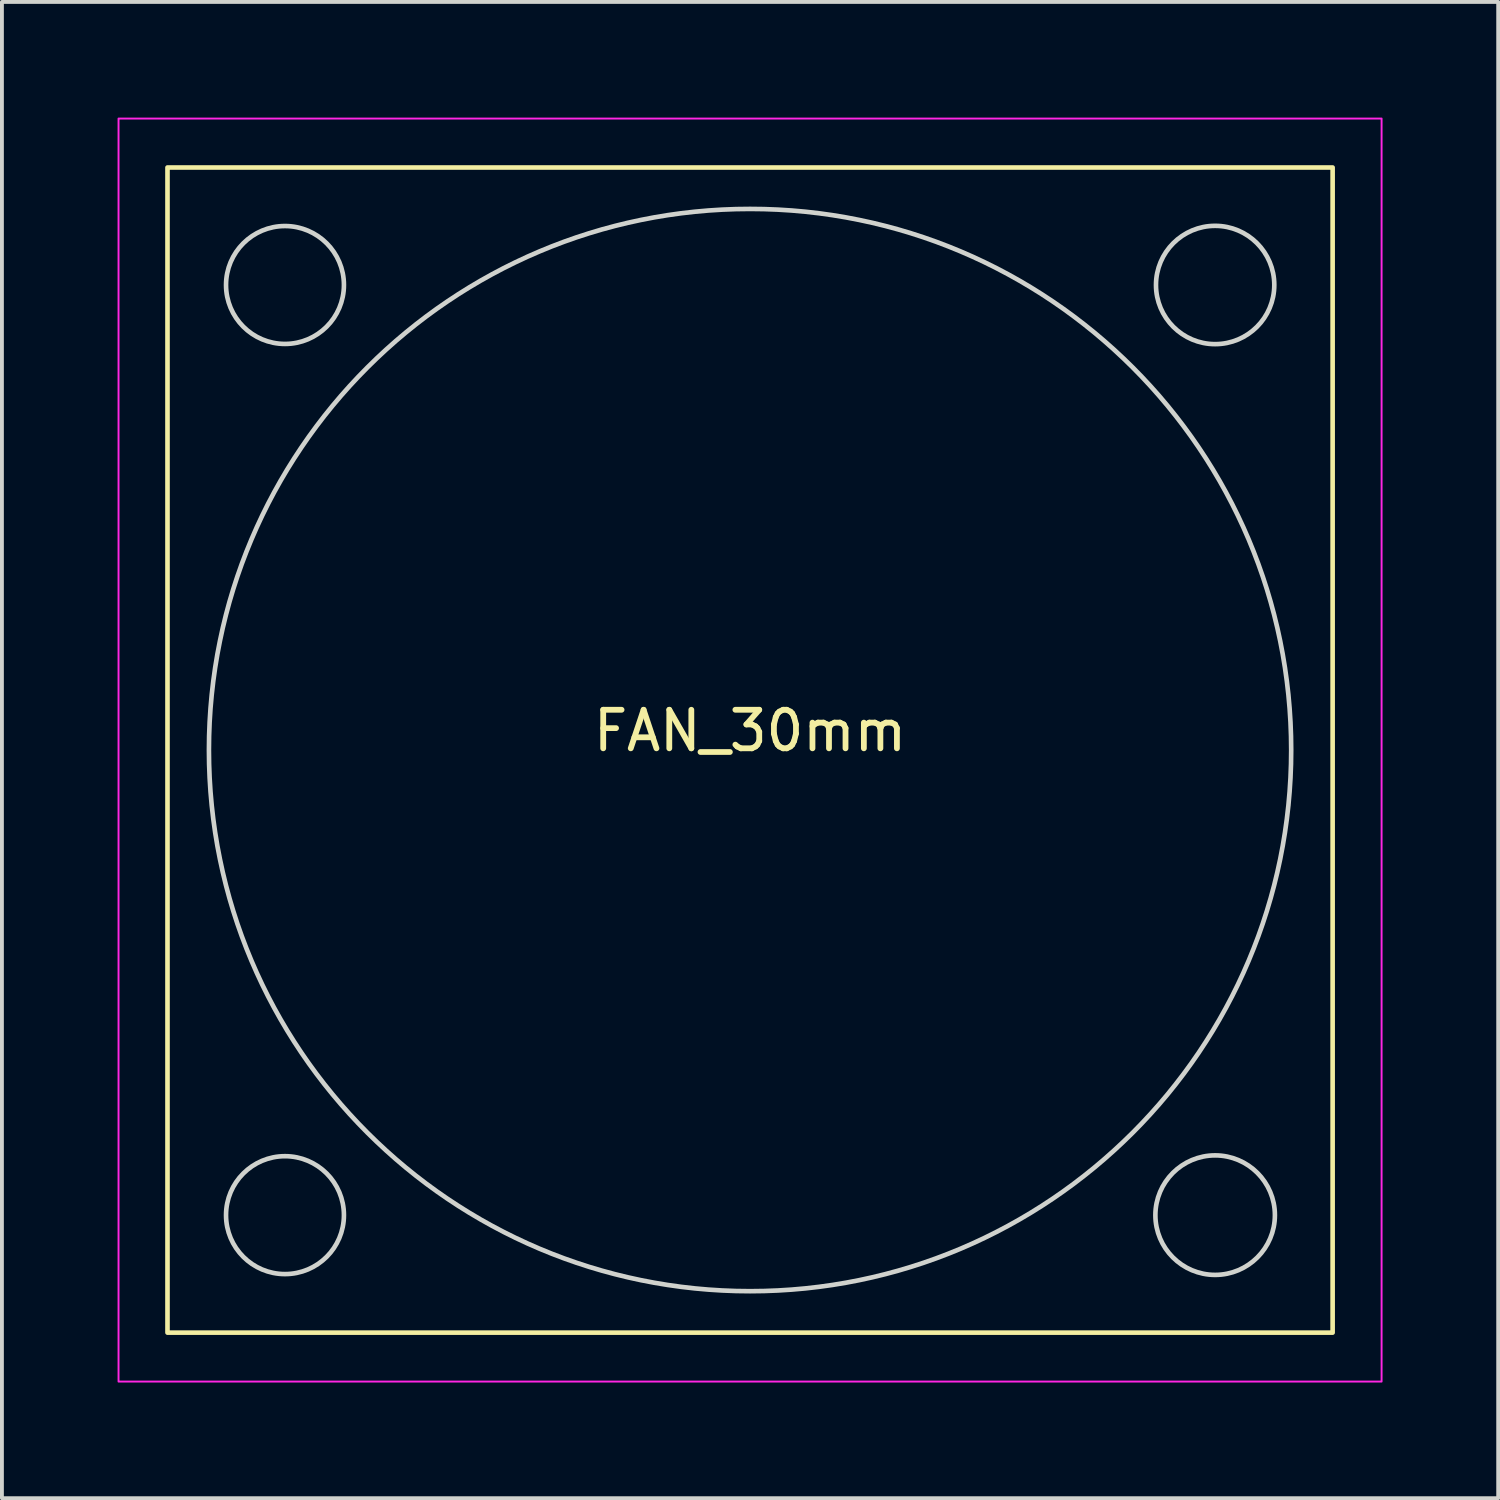
<source format=kicad_pcb>
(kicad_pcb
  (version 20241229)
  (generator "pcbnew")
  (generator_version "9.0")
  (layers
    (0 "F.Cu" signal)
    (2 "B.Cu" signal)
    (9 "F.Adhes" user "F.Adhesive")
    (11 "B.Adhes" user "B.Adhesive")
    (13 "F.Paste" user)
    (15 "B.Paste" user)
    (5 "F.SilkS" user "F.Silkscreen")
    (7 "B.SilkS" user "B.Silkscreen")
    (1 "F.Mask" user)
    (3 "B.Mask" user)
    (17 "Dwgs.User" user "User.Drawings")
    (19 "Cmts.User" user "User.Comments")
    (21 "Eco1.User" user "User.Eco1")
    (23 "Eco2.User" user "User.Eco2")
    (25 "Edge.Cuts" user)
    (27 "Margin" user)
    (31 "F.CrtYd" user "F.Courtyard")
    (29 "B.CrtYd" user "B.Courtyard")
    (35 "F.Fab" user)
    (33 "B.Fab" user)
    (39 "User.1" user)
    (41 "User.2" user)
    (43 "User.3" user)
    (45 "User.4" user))
  (footprint "FAN_30mm"
    (layer "F.Cu")
    (at 16.408 16.408)
    (property "Reference" "FAN_30mm" (at 0 -0.5 0) (unlocked yes) (layer "F.SilkS") (effects (font (size 1 1) (thickness 0.15))))
    (attr through_hole)
    (fp_rect (start -15.113 -15.113) (end 15.113 15.113) (stroke (width 0.12) (type solid)) (fill no) (layer "F.SilkS"))
    (fp_circle (center -12.065 -12.065) (end -11.049 -10.922) (stroke (width 0.12) (type solid)) (fill no) (layer "Edge.Cuts"))
    (fp_circle (center -12.065 12.065) (end -10.541 11.938) (stroke (width 0.12) (type solid)) (fill no) (layer "Edge.Cuts"))
    (fp_circle (center 0 0) (end 9.271 10.541) (stroke (width 0.12) (type solid)) (fill no) (layer "Edge.Cuts"))
    (fp_circle (center 12.065 -12.065) (end 12.7 -10.668) (stroke (width 0.12) (type solid)) (fill no) (layer "Edge.Cuts"))
    (fp_circle (center 12.065 12.065) (end 12.954 10.795) (stroke (width 0.12) (type solid)) (fill no) (layer "Edge.Cuts"))
    (fp_rect (start -16.383 -16.383) (end 16.383 16.383) (stroke (width 0.05) (type solid)) (fill no) (layer "F.CrtYd")))
  (gr_rect
    (start -3 -3)
    (end 35.816 35.816)
    (stroke (width 0.1) (type default))
    (fill no)
    (layer "Edge.Cuts")))
</source>
